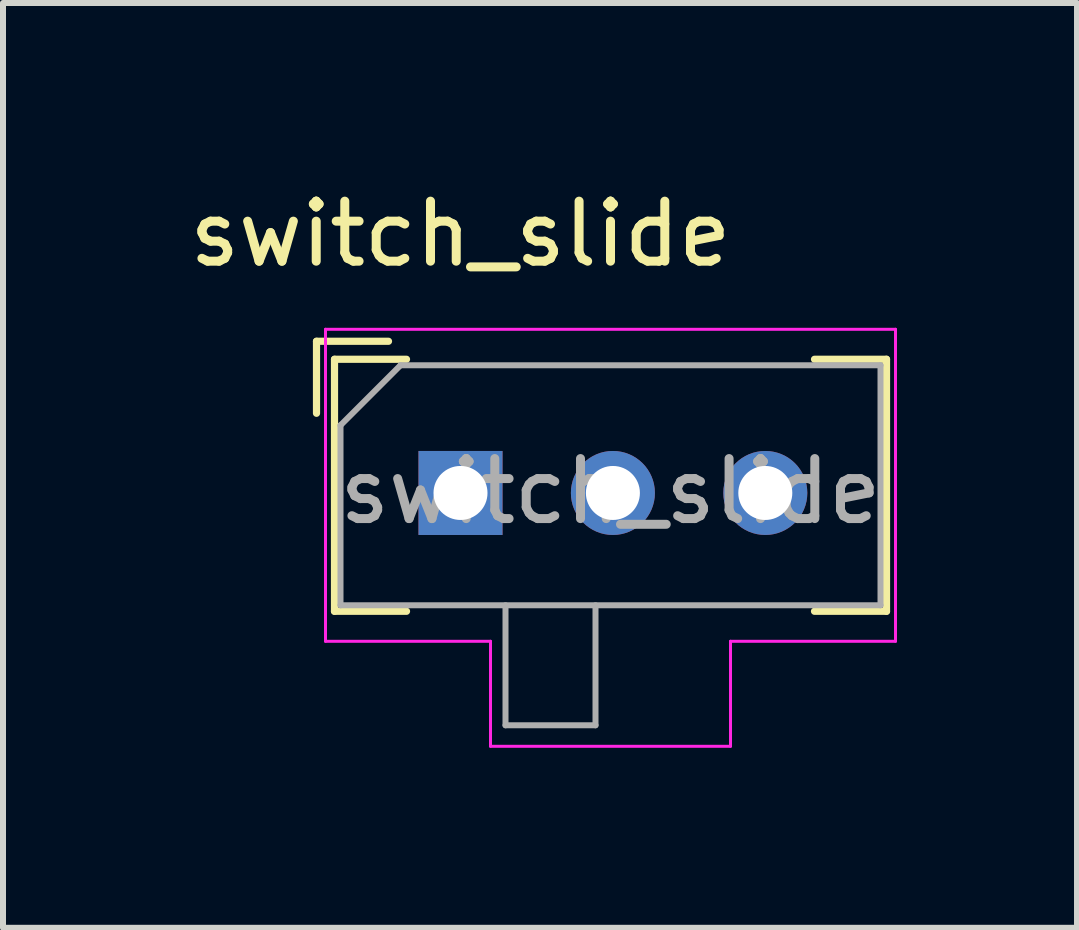
<source format=kicad_pcb>
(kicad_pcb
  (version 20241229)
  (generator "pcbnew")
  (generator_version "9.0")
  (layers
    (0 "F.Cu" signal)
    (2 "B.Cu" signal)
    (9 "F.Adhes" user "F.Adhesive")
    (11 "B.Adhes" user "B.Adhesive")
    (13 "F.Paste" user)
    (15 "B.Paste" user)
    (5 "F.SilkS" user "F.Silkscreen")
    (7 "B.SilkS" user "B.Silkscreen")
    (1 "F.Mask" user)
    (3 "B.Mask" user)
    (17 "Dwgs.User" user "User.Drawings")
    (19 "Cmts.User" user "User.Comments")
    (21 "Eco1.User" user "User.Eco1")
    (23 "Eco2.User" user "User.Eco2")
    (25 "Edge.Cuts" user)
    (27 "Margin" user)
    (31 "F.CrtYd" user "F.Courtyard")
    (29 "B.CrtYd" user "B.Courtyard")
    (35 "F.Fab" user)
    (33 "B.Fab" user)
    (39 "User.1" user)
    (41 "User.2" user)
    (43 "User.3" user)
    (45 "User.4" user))
  (footprint "switch_slide"
    (layer "F.Cu")
    (at 7.165 5.928)
    (property "Reference" "switch_slide" (at -2.54 -5.08 0) (layer "F.SilkS") (effects (font (size 1 1) (thickness 0.15))))
    (attr through_hole)
    (fp_line (start -4.94 -3.29) (end -4.94 -2.09) (stroke (width 0.12) (type solid)) (layer "F.SilkS"))
    (fp_line (start -4.64 -2.99) (end -4.64 1.21) (stroke (width 0.12) (type solid)) (layer "F.SilkS"))
    (fp_line (start -4.64 1.21) (end -3.44 1.21) (stroke (width 0.12) (type solid)) (layer "F.SilkS"))
    (fp_line (start -3.74 -3.29) (end -4.94 -3.29) (stroke (width 0.12) (type solid)) (layer "F.SilkS"))
    (fp_line (start -3.44 -2.99) (end -4.64 -2.99) (stroke (width 0.12) (type solid)) (layer "F.SilkS"))
    (fp_line (start 3.36 -2.99) (end 4.56 -2.99) (stroke (width 0.12) (type solid)) (layer "F.SilkS"))
    (fp_line (start 4.56 -2.99) (end 4.56 1.21) (stroke (width 0.12) (type solid)) (layer "F.SilkS"))
    (fp_line (start 4.56 1.21) (end 3.36 1.21) (stroke (width 0.12) (type solid)) (layer "F.SilkS"))
    (fp_line (start -4.79 -3.49) (end 4.71 -3.49) (stroke (width 0.05) (type solid)) (layer "F.CrtYd"))
    (fp_line (start -4.79 1.71) (end -4.79 -3.49) (stroke (width 0.05) (type solid)) (layer "F.CrtYd"))
    (fp_line (start -2.04 1.71) (end -4.79 1.71) (stroke (width 0.05) (type solid)) (layer "F.CrtYd"))
    (fp_line (start -2.04 1.71) (end -2.04 3.46) (stroke (width 0.05) (type solid)) (layer "F.CrtYd"))
    (fp_line (start 1.96 3.46) (end -2.04 3.46) (stroke (width 0.05) (type solid)) (layer "F.CrtYd"))
    (fp_line (start 1.96 3.46) (end 1.96 1.71) (stroke (width 0.05) (type solid)) (layer "F.CrtYd"))
    (fp_line (start 4.71 -3.49) (end 4.71 1.71) (stroke (width 0.05) (type solid)) (layer "F.CrtYd"))
    (fp_line (start 4.71 1.71) (end 1.96 1.71) (stroke (width 0.05) (type solid)) (layer "F.CrtYd"))
    (fp_line (start -4.54 1.11) (end -4.54 -1.89) (stroke (width 0.1) (type solid)) (layer "F.Fab"))
    (fp_line (start -3.54 -2.89) (end -4.54 -1.89) (stroke (width 0.1) (type solid)) (layer "F.Fab"))
    (fp_line (start -3.54 -2.89) (end 4.46 -2.89) (stroke (width 0.1) (type solid)) (layer "F.Fab"))
    (fp_line (start -1.79 1.11) (end -1.79 3.11) (stroke (width 0.1) (type solid)) (layer "F.Fab"))
    (fp_line (start -1.79 3.11) (end -0.29 3.11) (stroke (width 0.1) (type solid)) (layer "F.Fab"))
    (fp_line (start -0.29 3.11) (end -0.29 1.11) (stroke (width 0.1) (type solid)) (layer "F.Fab"))
    (fp_line (start 4.46 -2.89) (end 4.46 1.11) (stroke (width 0.1) (type solid)) (layer "F.Fab"))
    (fp_line (start 4.46 1.11) (end -4.54 1.11) (stroke (width 0.1) (type solid)) (layer "F.Fab"))
    (fp_text user "${REFERENCE}" (at -0.04 -0.79 0) (layer "F.Fab") (effects (font (size 1 1) (thickness 0.15))))
    (pad "1" thru_hole rect (at -2.54 -0.762) (size 1.4 1.4) (drill 0.9) (layers "*.Cu" "*.Mask"))
    (pad "2" thru_hole circle (at 0 -0.762) (size 1.4 1.4) (drill 0.9) (layers "*.Cu" "*.Mask"))
    (pad "3" thru_hole circle (at 2.54 -0.762) (size 1.4 1.4) (drill 0.9) (layers "*.Cu" "*.Mask")))
  (gr_rect
    (start -3 -3)
    (end 14.9 12.413)
    (stroke (width 0.1) (type default))
    (fill no)
    (layer "Edge.Cuts")))
</source>
